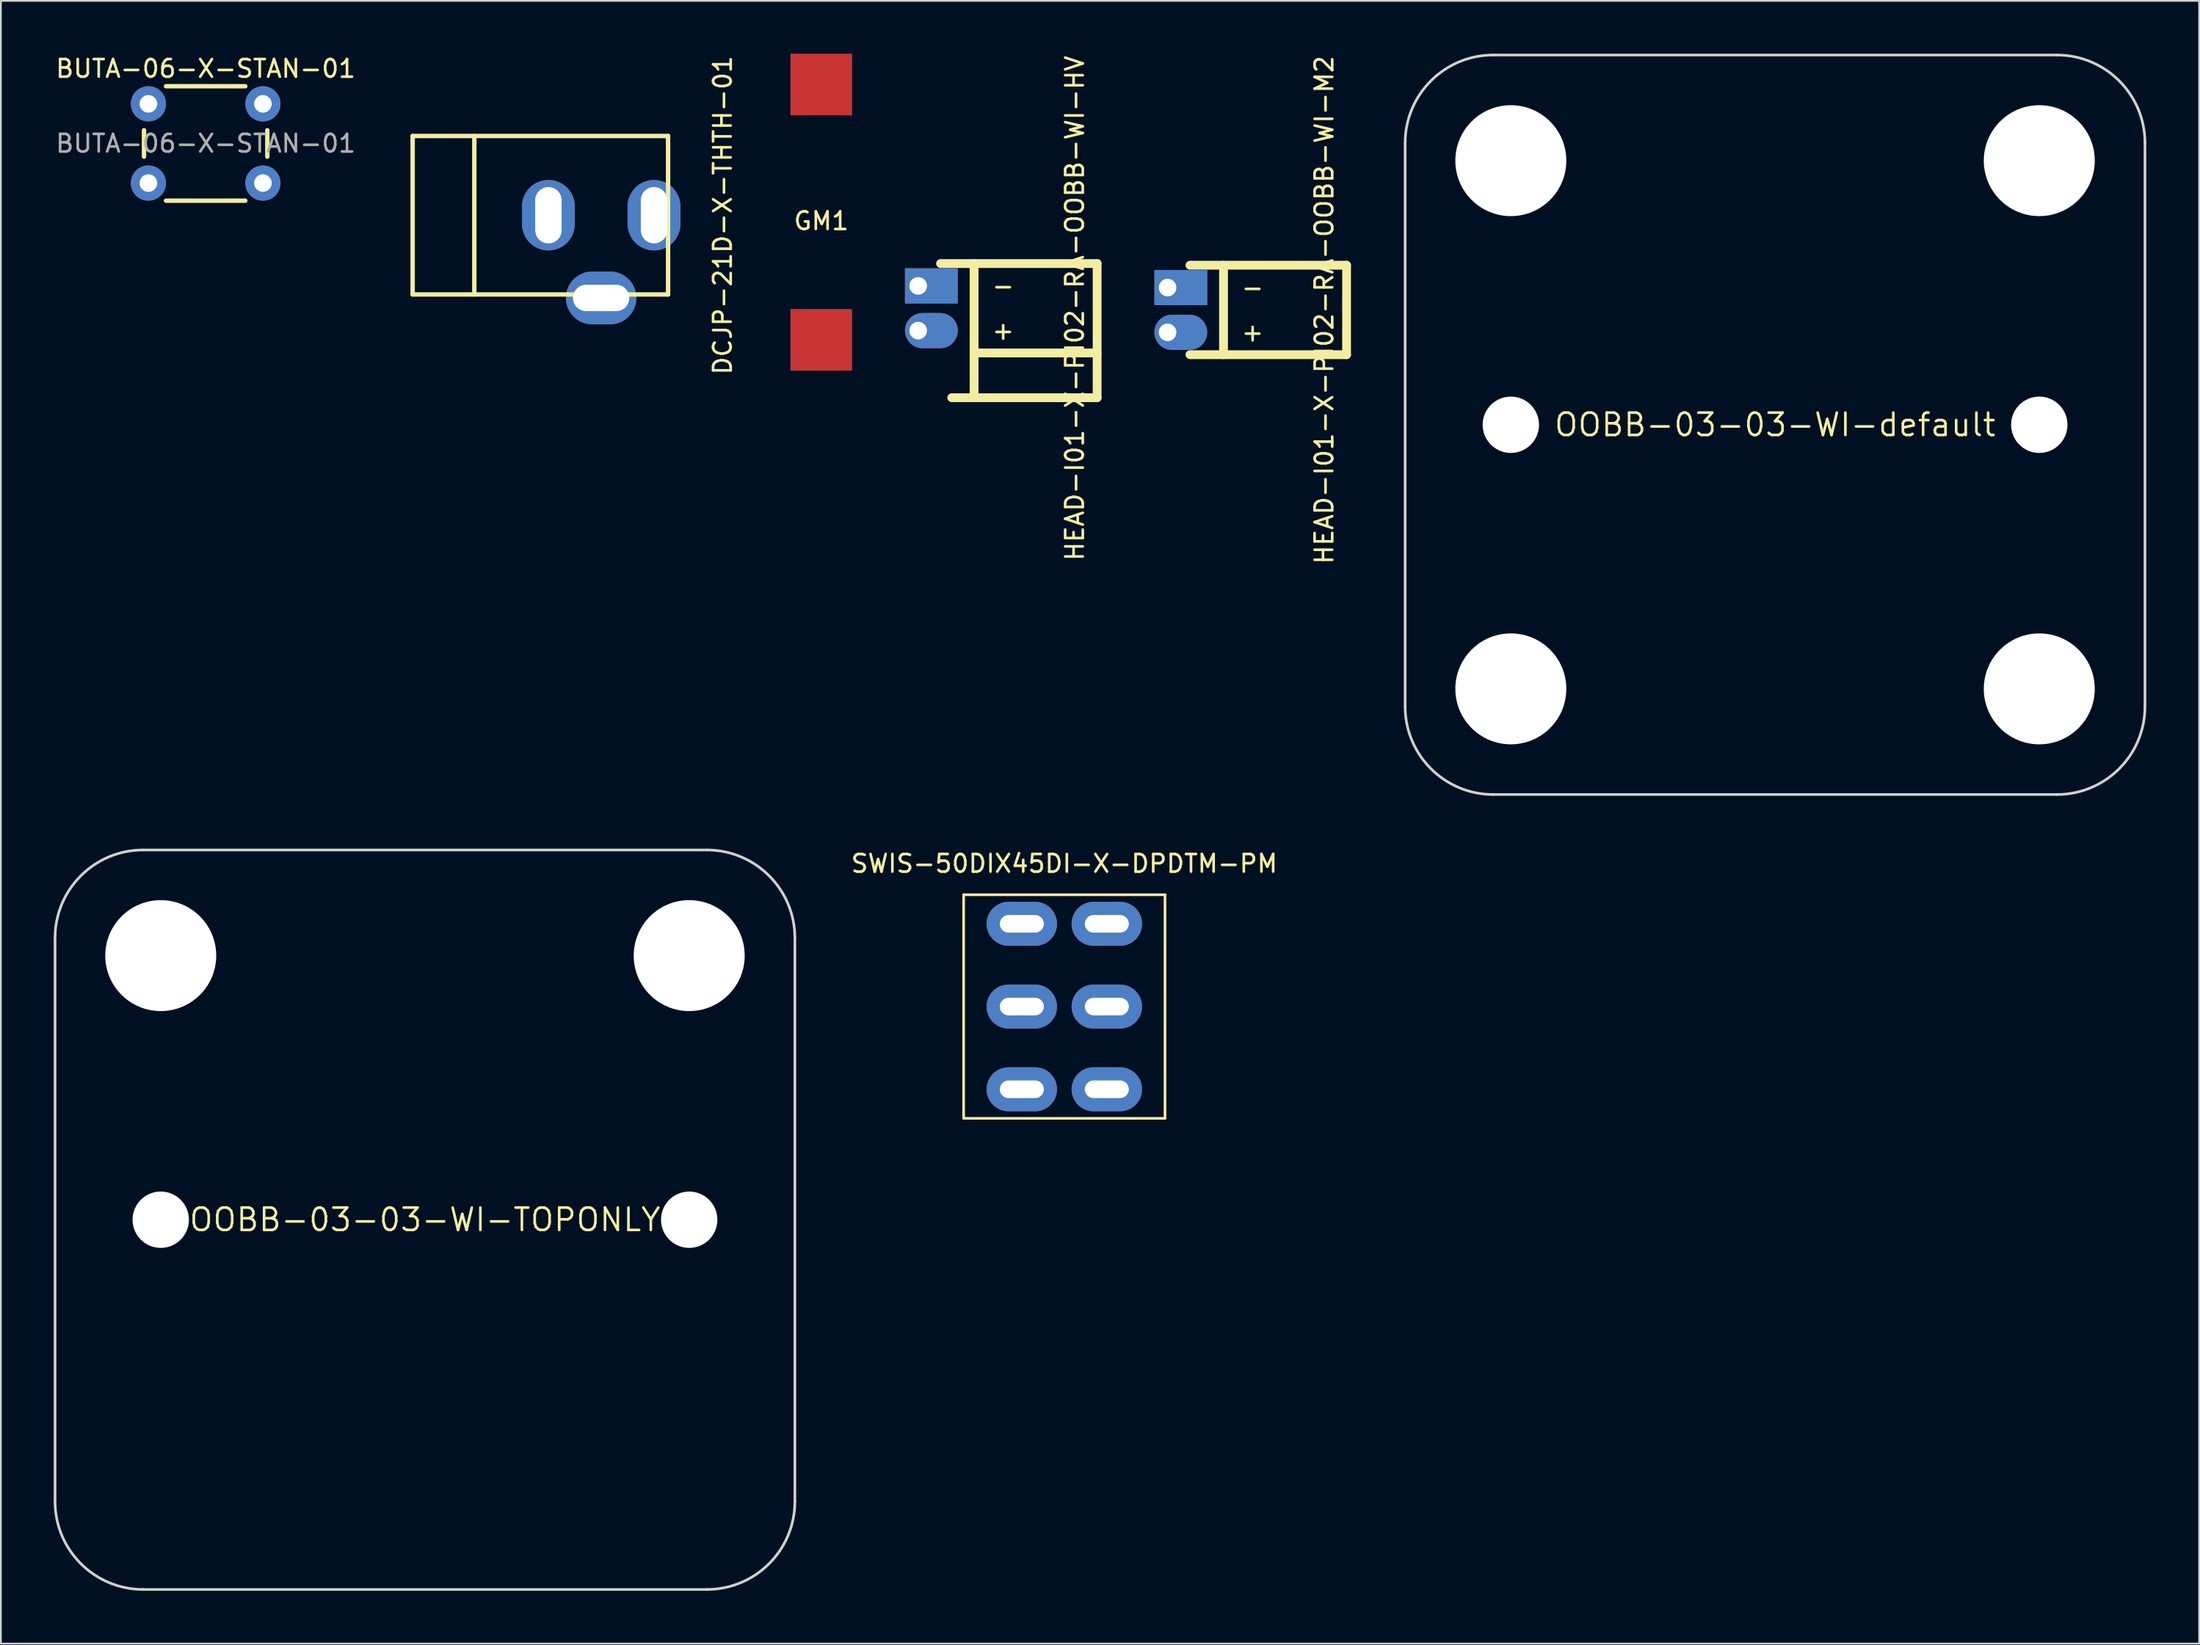
<source format=kicad_pcb>
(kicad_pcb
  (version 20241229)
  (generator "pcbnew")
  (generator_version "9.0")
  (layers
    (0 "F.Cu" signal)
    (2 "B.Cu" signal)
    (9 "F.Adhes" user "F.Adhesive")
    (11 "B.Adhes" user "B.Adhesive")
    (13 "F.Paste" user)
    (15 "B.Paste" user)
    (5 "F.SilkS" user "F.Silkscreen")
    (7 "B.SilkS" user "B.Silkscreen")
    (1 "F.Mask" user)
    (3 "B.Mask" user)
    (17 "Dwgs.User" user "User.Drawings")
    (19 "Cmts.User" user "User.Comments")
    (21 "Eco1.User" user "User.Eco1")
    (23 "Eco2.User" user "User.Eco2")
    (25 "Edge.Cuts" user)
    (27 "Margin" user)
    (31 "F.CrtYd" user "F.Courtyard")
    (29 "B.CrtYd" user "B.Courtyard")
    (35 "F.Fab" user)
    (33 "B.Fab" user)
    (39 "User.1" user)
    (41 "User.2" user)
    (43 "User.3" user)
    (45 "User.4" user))
  (footprint "DCJP-21D-X-THTH-01"
    (layer "F.Cu")
    (at 27.876 9.173)
    (property "Reference" "DCJP-21D-X-THTH-01" (at 10.099 0 90) (layer "F.SilkS") (effects (font (size 1 1) (thickness 0.15))))
    (attr through_hole)
    (fp_line (start -7.501 -4.501) (end -7.501 4.501) (stroke (width 0.25) (type solid)) (layer "F.SilkS"))
    (fp_line (start -7.501 4.501) (end 7 4.501) (stroke (width 0.25) (type solid)) (layer "F.SilkS"))
    (fp_line (start -4 -4.501) (end -4 4.501) (stroke (width 0.25) (type solid)) (layer "F.SilkS"))
    (fp_line (start 7 -4.501) (end -7.501 -4.501) (stroke (width 0.25) (type solid)) (layer "F.SilkS"))
    (fp_line (start 7 4.501) (end 7 -4.501) (stroke (width 0.25) (type solid)) (layer "F.SilkS"))
    (pad "1" thru_hole oval (at 6.201 0) (size 3 4) (drill oval 1.5 3.2) (layers "*.Cu" "*.Mask"))
    (pad "2" thru_hole oval (at 0.207 0) (size 3 4) (drill oval 1.5 3.2) (layers "*.Cu" "*.Mask"))
    (pad "3" thru_hole oval (at 3.2 4.699 90) (size 3 4) (drill oval 1.5 3.2) (layers "*.Cu" "*.Mask")))
  (footprint "HEAD-I01-X-PI02-RA-OOBB-WI-M2"
    (layer "F.Cu")
    (at 63.233 13.284)
    (property "Reference" "HEAD-I01-X-PI02-RA-OOBB-WI-M2" (at 8.89 1.27 90) (layer "F.SilkS") (effects (font (size 1 1) (thickness 0.15))))
    (attr through_hole)
    (fp_line (start 1.27 -1.27) (end 10.16 -1.27) (stroke (width 0.5) (type solid)) (layer "F.SilkS"))
    (fp_line (start 1.27 3.81) (end 10.16 3.81) (stroke (width 0.5) (type solid)) (layer "F.SilkS"))
    (fp_line (start 3.175 -1.27) (end 3.175 3.81) (stroke (width 0.5) (type solid)) (layer "F.SilkS"))
    (fp_line (start 10.16 3.81) (end 10.16 -1.27) (stroke (width 0.5) (type solid)) (layer "F.SilkS"))
    (fp_text user "+" (at 4.826 2.54 0) (layer "F.SilkS") (effects (font (size 1 1) (thickness 0.15))))
    (fp_text user "-" (at 4.826 0 0) (layer "F.SilkS") (effects (font (size 1 1) (thickness 0.15))))
    (pad "1" thru_hole rect (at 0 0) (size 3 2) (drill 1 (offset 0.75 0)) (layers "*.Cu" "*.Mask"))
    (pad "2" thru_hole oval (at 0 2.54) (size 3 2) (drill 1 (offset 0.75 0)) (layers "*.Cu" "*.Mask")))
  (footprint "SWIS-50DIX45DI-X-DPDTM-PM"
    (layer "F.Cu")
    (at 54.957 49.419)
    (property "Reference" "SWIS-50DIX45DI-X-DPDTM-PM" (at 2.413 -3.421 0) (layer "F.SilkS") (effects (font (size 1 1) (thickness 0.15))))
    (attr through_hole)
    (fp_line (start -3.302 -1.651) (end 8.128 -1.651) (stroke (width 0.15) (type solid)) (layer "F.SilkS"))
    (fp_line (start -3.302 11.049) (end -3.302 -1.651) (stroke (width 0.15) (type solid)) (layer "F.SilkS"))
    (fp_line (start -3.302 11.049) (end 8.128 11.049) (stroke (width 0.15) (type solid)) (layer "F.SilkS"))
    (fp_line (start 8.128 11.049) (end 8.128 -1.651) (stroke (width 0.15) (type solid)) (layer "F.SilkS"))
    (pad "1" thru_hole oval (at 0 9.398) (size 4 2.5) (drill oval 2.5 1) (layers "*.Cu" "*.Mask"))
    (pad "2" thru_hole oval (at 0 4.699) (size 4 2.5) (drill oval 2.5 1) (layers "*.Cu" "*.Mask"))
    (pad "3" thru_hole oval (at 0 0) (size 4 2.5) (drill oval 2.5 1) (layers "*.Cu" "*.Mask"))
    (pad "4" thru_hole oval (at 4.826 9.398) (size 4 2.5) (drill oval 2.5 1) (layers "*.Cu" "*.Mask"))
    (pad "5" thru_hole oval (at 4.826 4.699) (size 4 2.5) (drill oval 2.5 1) (layers "*.Cu" "*.Mask"))
    (pad "6" thru_hole oval (at 4.826 0) (size 4 2.5) (drill oval 2.5 1) (layers "*.Cu" "*.Mask" "Eco1.User" "Eco2.User")))
  (footprint "HEAD-I01-X-PI02-RA-OOBB-WI-HV"
    (layer "F.Cu")
    (at 49.073 13.188)
    (property "Reference" "HEAD-I01-X-PI02-RA-OOBB-WI-HV" (at 8.89 1.27 90) (layer "F.SilkS") (effects (font (size 1 1) (thickness 0.15))))
    (attr through_hole)
    (fp_line (start 1.27 -1.27) (end 10.16 -1.27) (stroke (width 0.5) (type solid)) (layer "F.SilkS"))
    (fp_line (start 3.175 -1.27) (end 3.175 6.35) (stroke (width 0.5) (type solid)) (layer "F.SilkS"))
    (fp_line (start 3.175 3.81) (end 10.16 3.81) (stroke (width 0.5) (type solid)) (layer "F.SilkS"))
    (fp_line (start 10.16 6.35) (end 1.905 6.35) (stroke (width 0.5) (type solid)) (layer "F.SilkS"))
    (fp_line (start 10.16 6.35) (end 10.16 -1.27) (stroke (width 0.5) (type solid)) (layer "F.SilkS"))
    (fp_text user "-" (at 4.826 0 0) (layer "F.SilkS") (effects (font (size 1 1) (thickness 0.15))))
    (fp_text user "+" (at 4.826 2.54 0) (layer "F.SilkS") (effects (font (size 1 1) (thickness 0.15))))
    (pad "1" thru_hole rect (at 0 0) (size 3 2) (drill 1 (offset 0.75 0)) (layers "*.Cu" "*.Mask"))
    (pad "2" thru_hole oval (at 0 2.54) (size 3 2) (drill 1 (offset 0.75 0)) (layers "*.Cu" "*.Mask")))
  (footprint "BUTA-06-X-STAN-01"
    (layer "F.Cu")
    (at 5.375 2.848)
    (property "Reference" "BUTA-06-X-STAN-01" (at 3.25 -2 0) (layer "F.SilkS") (effects (font (size 1 1) (thickness 0.15))))
    (attr through_hole)
    (fp_line (start -0.25 1.5) (end -0.25 3) (stroke (width 0.25) (type solid)) (layer "F.SilkS"))
    (fp_line (start 1 5.5) (end 5.5 5.5) (stroke (width 0.25) (type solid)) (layer "F.SilkS"))
    (fp_line (start 5.5 -1) (end 1 -1) (stroke (width 0.25) (type solid)) (layer "F.SilkS"))
    (fp_line (start 6.75 3) (end 6.75 1.5) (stroke (width 0.25) (type solid)) (layer "F.SilkS"))
    (fp_text user "${REFERENCE}" (at 3.25 2.25 0) (layer "F.Fab") (effects (font (size 1 1) (thickness 0.15))))
    (pad "1" thru_hole circle (at 0 0 90) (size 2 2) (drill 1) (layers "*.Cu" "*.Mask"))
    (pad "1" thru_hole circle (at 6.5 0 90) (size 2 2) (drill 1) (layers "*.Cu" "*.Mask"))
    (pad "2" thru_hole circle (at 0 4.5 90) (size 2 2) (drill 1) (layers "*.Cu" "*.Mask"))
    (pad "2" thru_hole circle (at 6.5 4.5 90) (size 2 2) (drill 1) (layers "*.Cu" "*.Mask")))
  (footprint "OOBB-03-03-WI-TOPONLY"
    (layer "F.Cu")
    (at 21.075 66.225)
    (property "Reference" "OOBB-03-03-WI-TOPONLY" (at 0 0 0) (layer "F.SilkS") (effects (font (size 1.27 1.27) (thickness 0.15))))
    (attr through_hole)
    (fp_line (start -21 16) (end -21 -16) (stroke (width 0.15) (type solid)) (layer "Edge.Cuts"))
    (fp_line (start -16 -21) (end 16 -21) (stroke (width 0.15) (type solid)) (layer "Edge.Cuts"))
    (fp_line (start 16 21) (end -16 21) (stroke (width 0.15) (type solid)) (layer "Edge.Cuts"))
    (fp_line (start 21 16) (end 21 -16) (stroke (width 0.15) (type solid)) (layer "Edge.Cuts"))
    (fp_arc (start -21 -16) (mid -19.535534 -19.535534) (end -16 -21) (stroke (width 0.15) (type solid)) (layer "Edge.Cuts"))
    (fp_arc (start -16 21) (mid -19.535534 19.535534) (end -21 16) (stroke (width 0.15) (type solid)) (layer "Edge.Cuts"))
    (fp_arc (start 16 -21) (mid 19.535534 -19.535534) (end 21 -16) (stroke (width 0.15) (type solid)) (layer "Edge.Cuts"))
    (fp_arc (start 21 16) (mid 19.535534 19.535534) (end 16 21) (stroke (width 0.15) (type solid)) (layer "Edge.Cuts"))
    (pad "" np_thru_hole circle (at -15 -15) (size 6.3 6.3) (drill 6.3) (layers "*.Cu" "*.Mask"))
    (pad "" np_thru_hole circle (at -15 0) (size 3.2 3.2) (drill 3.2) (layers "*.Cu" "*.Mask"))
    (pad "" np_thru_hole circle (at 15 -15) (size 6.3 6.3) (drill 6.3) (layers "*.Cu" "*.Mask"))
    (pad "" np_thru_hole circle (at 15 0) (size 3.2 3.2) (drill 3.2) (layers "*.Cu" "*.Mask")))
  (footprint "GM1"
    (layer "F.Cu")
    (at 43.573 9)
    (property "Reference" "GM1" (at 0 0.5 0) (layer "F.SilkS") (effects (font (size 1 1) (thickness 0.15))))
    (attr through_hole)
    (pad "1" smd rect (at 0 7.25) (size 3.5 3.5) (layers "F.Cu" "F.Mask" "F.Paste"))
    (pad "2" smd rect (at 0 -7.25) (size 3.5 3.5) (layers "F.Cu" "F.Mask" "F.Paste")))
  (footprint "OOBB-03-03-WI-default"
    (layer "F.Cu")
    (at 97.718 21.075)
    (property "Reference" "OOBB-03-03-WI-default" (at 0 0 0) (layer "F.SilkS") (effects (font (size 1.27 1.27) (thickness 0.15))))
    (attr through_hole)
    (fp_line (start -21 16) (end -21 -16) (stroke (width 0.15) (type solid)) (layer "Edge.Cuts"))
    (fp_line (start -16 -21) (end 16 -21) (stroke (width 0.15) (type solid)) (layer "Edge.Cuts"))
    (fp_line (start 16 21) (end -16 21) (stroke (width 0.15) (type solid)) (layer "Edge.Cuts"))
    (fp_line (start 21 16) (end 21 -16) (stroke (width 0.15) (type solid)) (layer "Edge.Cuts"))
    (fp_arc (start -21 -16) (mid -19.535534 -19.535534) (end -16 -21) (stroke (width 0.15) (type solid)) (layer "Edge.Cuts"))
    (fp_arc (start -16 21) (mid -19.535534 19.535534) (end -21 16) (stroke (width 0.15) (type solid)) (layer "Edge.Cuts"))
    (fp_arc (start 16 -21) (mid 19.535534 -19.535534) (end 21 -16) (stroke (width 0.15) (type solid)) (layer "Edge.Cuts"))
    (fp_arc (start 21 16) (mid 19.535534 19.535534) (end 16 21) (stroke (width 0.15) (type solid)) (layer "Edge.Cuts"))
    (pad "" np_thru_hole circle (at -15 -15) (size 6.3 6.3) (drill 6.3) (layers "*.Cu" "*.Mask"))
    (pad "" np_thru_hole circle (at -15 0) (size 3.2 3.2) (drill 3.2) (layers "*.Cu" "*.Mask"))
    (pad "" np_thru_hole circle (at -15 15) (size 6.3 6.3) (drill 6.3) (layers "*.Cu" "*.Mask"))
    (pad "" np_thru_hole circle (at 15 -15) (size 6.3 6.3) (drill 6.3) (layers "*.Cu" "*.Mask"))
    (pad "" np_thru_hole circle (at 15 0) (size 3.2 3.2) (drill 3.2) (layers "*.Cu" "*.Mask"))
    (pad "" np_thru_hole circle (at 15 15) (size 6.3 6.3) (drill 6.3) (layers "*.Cu" "*.Mask")))
  (gr_rect
    (start -3 -3)
    (end 121.793 90.3)
    (stroke (width 0.1) (type default))
    (fill no)
    (layer "Edge.Cuts")))
</source>
